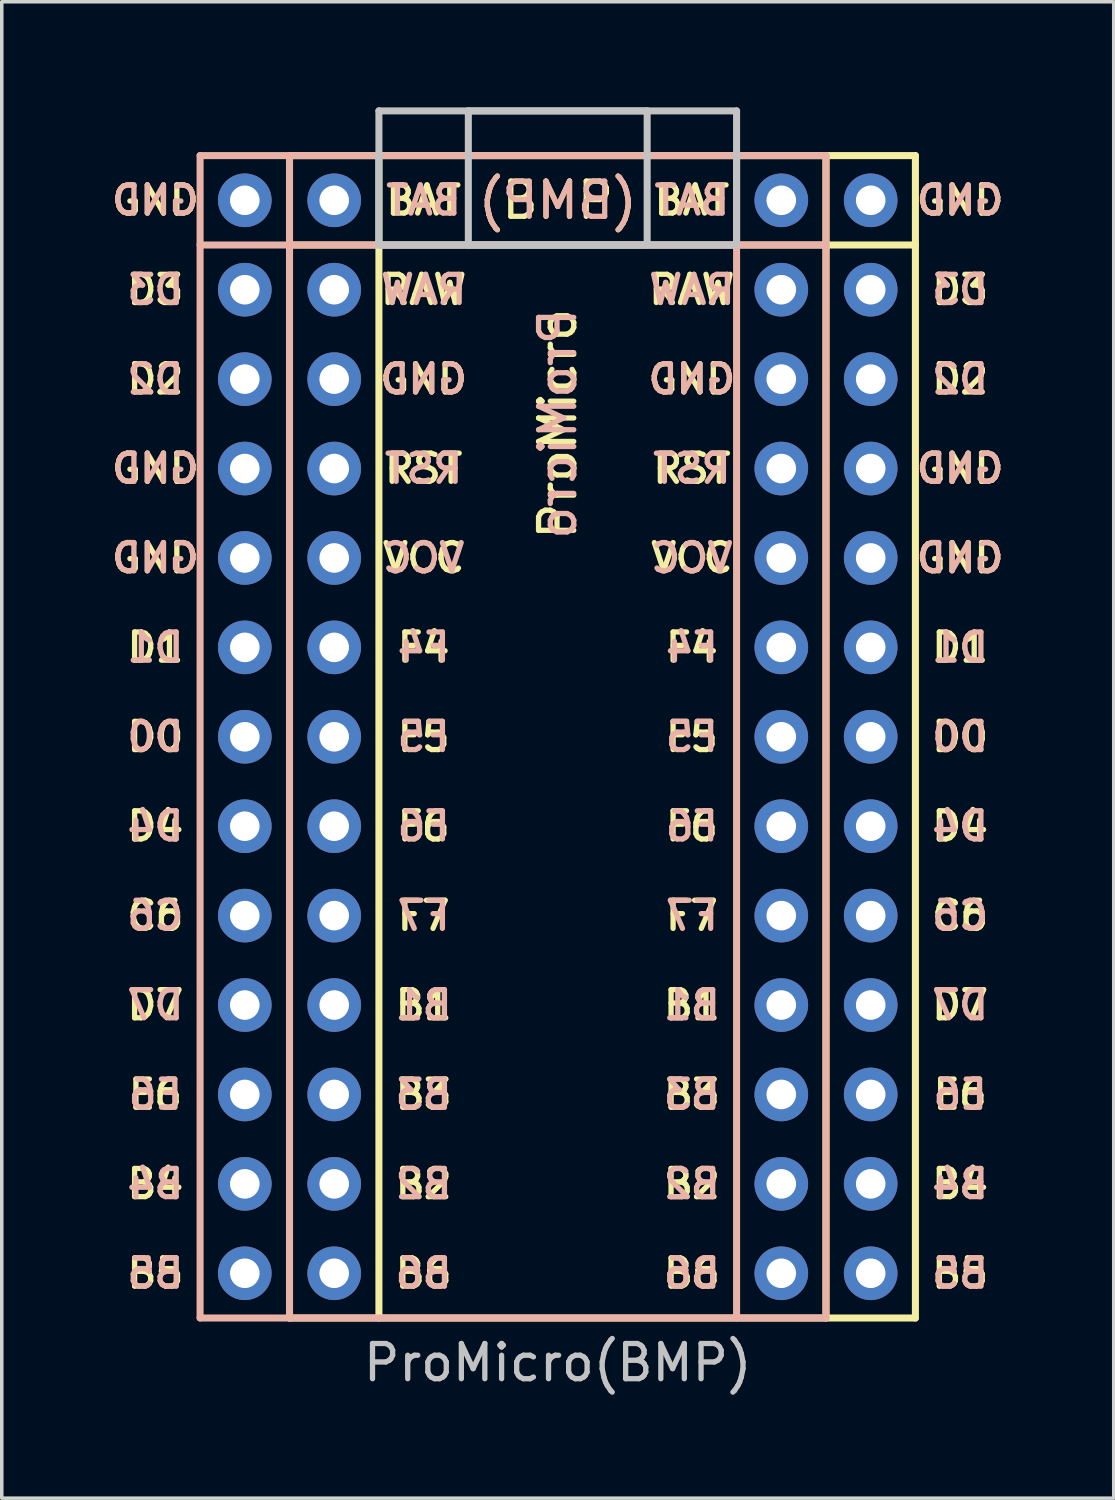
<source format=kicad_pcb>
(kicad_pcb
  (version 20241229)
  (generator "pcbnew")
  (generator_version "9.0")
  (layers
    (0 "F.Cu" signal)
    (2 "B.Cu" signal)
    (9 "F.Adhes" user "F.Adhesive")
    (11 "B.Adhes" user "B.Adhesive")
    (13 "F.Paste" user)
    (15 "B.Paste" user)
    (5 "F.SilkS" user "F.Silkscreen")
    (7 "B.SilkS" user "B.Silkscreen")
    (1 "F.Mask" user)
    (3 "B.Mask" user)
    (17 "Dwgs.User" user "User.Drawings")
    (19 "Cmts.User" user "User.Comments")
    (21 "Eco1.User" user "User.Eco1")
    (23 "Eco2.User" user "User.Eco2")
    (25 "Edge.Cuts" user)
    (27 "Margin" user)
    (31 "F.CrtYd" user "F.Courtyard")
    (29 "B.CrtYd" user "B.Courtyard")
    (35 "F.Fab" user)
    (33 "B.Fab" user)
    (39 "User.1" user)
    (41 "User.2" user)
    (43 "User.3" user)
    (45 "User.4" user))
  (footprint "ProMicro(BMP)"
    (layer "F.Cu")
    (at 12.794 19.15)
    (property "Reference" "ProMicro(BMP)" (at 0 16.51 180) (layer "Dwgs.User") (effects (font (size 1 1) (thickness 0.15))))
    (attr through_hole)
    (fp_line (start -7.62 -17.78) (end 10.16 -17.78) (stroke (width 0.2) (type solid)) (layer "F.SilkS"))
    (fp_line (start -7.62 15.24) (end -7.62 -17.78) (stroke (width 0.2) (type solid)) (layer "F.SilkS"))
    (fp_line (start -5.08 15.24) (end -5.08 -17.78) (stroke (width 0.2) (type solid)) (layer "F.SilkS"))
    (fp_line (start 7.62 -17.78) (end 7.62 15.24) (stroke (width 0.2) (type solid)) (layer "F.SilkS"))
    (fp_line (start 7.62 -15.24) (end -7.62 -15.24) (stroke (width 0.2) (type solid)) (layer "F.SilkS"))
    (fp_line (start 7.62 -15.24) (end 10.16 -15.24) (stroke (width 0.2) (type solid)) (layer "F.SilkS"))
    (fp_line (start 10.16 -17.78) (end 10.16 15.24) (stroke (width 0.2) (type solid)) (layer "F.SilkS"))
    (fp_line (start 10.16 15.24) (end -7.62 15.24) (stroke (width 0.2) (type solid)) (layer "F.SilkS"))
    (fp_line (start -10.16 -17.78) (end -10.16 15.24) (stroke (width 0.2) (type solid)) (layer "B.SilkS"))
    (fp_line (start -10.16 15.24) (end 7.62 15.24) (stroke (width 0.2) (type solid)) (layer "B.SilkS"))
    (fp_line (start -7.62 -17.78) (end -7.62 15.24) (stroke (width 0.2) (type solid)) (layer "B.SilkS"))
    (fp_line (start -7.62 -15.24) (end -10.16 -15.24) (stroke (width 0.2) (type solid)) (layer "B.SilkS"))
    (fp_line (start -7.62 -15.24) (end 7.62 -15.24) (stroke (width 0.2) (type solid)) (layer "B.SilkS"))
    (fp_line (start 5.08 15.24) (end 5.08 -17.78) (stroke (width 0.2) (type solid)) (layer "B.SilkS"))
    (fp_line (start 7.62 -17.78) (end -10.16 -17.78) (stroke (width 0.2) (type solid)) (layer "B.SilkS"))
    (fp_line (start 7.62 15.24) (end 7.62 -17.78) (stroke (width 0.2) (type solid)) (layer "B.SilkS"))
    (fp_line (start -5.08 -19.05) (end 2.54 -19.05) (stroke (width 0.2) (type solid)) (layer "Dwgs.User"))
    (fp_line (start -5.08 -15.24) (end -5.08 -19.05) (stroke (width 0.2) (type solid)) (layer "Dwgs.User"))
    (fp_line (start -2.54 -19.05) (end -2.54 -15.24) (stroke (width 0.2) (type solid)) (layer "Dwgs.User"))
    (fp_line (start -2.54 -15.24) (end 5.08 -15.24) (stroke (width 0.2) (type solid)) (layer "Dwgs.User"))
    (fp_line (start 2.54 -19.05) (end 2.54 -15.24) (stroke (width 0.2) (type solid)) (layer "Dwgs.User"))
    (fp_line (start 2.54 -15.24) (end -5.08 -15.24) (stroke (width 0.2) (type solid)) (layer "Dwgs.User"))
    (fp_line (start 5.08 -19.05) (end -2.54 -19.05) (stroke (width 0.2) (type solid)) (layer "Dwgs.User"))
    (fp_line (start 5.08 -15.24) (end 5.08 -19.05) (stroke (width 0.2) (type solid)) (layer "Dwgs.User"))
    (fp_text user "B5" (at -11.43 13.97 180) (layer "F.SilkS") (effects (font (size 0.8 0.8) (thickness 0.15))))
    (fp_text user "F5" (at -3.81 -1.27 180) (layer "F.SilkS") (effects (font (size 0.8 0.8) (thickness 0.15))))
    (fp_text user "F4" (at 3.81 -3.81 180) (layer "F.SilkS") (effects (font (size 0.8 0.8) (thickness 0.15))))
    (fp_text user "F5" (at 3.81 -1.27 180) (layer "F.SilkS") (effects (font (size 0.8 0.8) (thickness 0.15))))
    (fp_text user "BAT" (at 3.81 -16.51 180) (layer "F.SilkS") (effects (font (size 0.8 0.8) (thickness 0.15))))
    (fp_text user "D4" (at -11.43 1.27 180) (layer "F.SilkS") (effects (font (size 0.8 0.8) (thickness 0.15))))
    (fp_text user "BAT" (at -3.81 -16.51 180) (layer "F.SilkS") (effects (font (size 0.8 0.8) (thickness 0.15))))
    (fp_text user "B1" (at -3.81 6.35 180) (layer "F.SilkS") (effects (font (size 0.8 0.8) (thickness 0.15))))
    (fp_text user "C6" (at -11.43 3.81 180) (layer "F.SilkS") (effects (font (size 0.8 0.8) (thickness 0.15))))
    (fp_text user "C6" (at 11.43 3.81 180) (layer "F.SilkS") (effects (font (size 0.8 0.8) (thickness 0.15))))
    (fp_text user "F6" (at 3.81 1.27 180) (layer "F.SilkS") (effects (font (size 0.8 0.8) (thickness 0.15))))
    (fp_text user "F7" (at 3.81 3.81 180) (layer "F.SilkS") (effects (font (size 0.8 0.8) (thickness 0.15))))
    (fp_text user "D4" (at 11.43 1.27 180) (layer "F.SilkS") (effects (font (size 0.8 0.8) (thickness 0.15))))
    (fp_text user "D7" (at -11.43 6.35 180) (layer "F.SilkS") (effects (font (size 0.8 0.8) (thickness 0.15))))
    (fp_text user "B5" (at 11.43 13.97 180) (layer "F.SilkS") (effects (font (size 0.8 0.8) (thickness 0.15))))
    (fp_text user "RST" (at -3.81 -8.89 180) (layer "F.SilkS") (effects (font (size 0.8 0.8) (thickness 0.15))))
    (fp_text user "VCC" (at 3.81 -6.35 180) (layer "F.SilkS") (effects (font (size 0.8 0.8) (thickness 0.15))))
    (fp_text user "GND" (at -11.43 -16.51 180) (layer "F.SilkS") (effects (font (size 0.8 0.8) (thickness 0.15))))
    (fp_text user "B1" (at 3.81 6.35 180) (layer "F.SilkS") (effects (font (size 0.8 0.8) (thickness 0.15))))
    (fp_text user "B4" (at -11.43 11.43 180) (layer "F.SilkS") (effects (font (size 0.8 0.8) (thickness 0.15))))
    (fp_text user "F7" (at -3.81 3.81 180) (layer "F.SilkS") (effects (font (size 0.8 0.8) (thickness 0.15))))
    (fp_text user "D0" (at 11.43 -1.27 180) (layer "F.SilkS") (effects (font (size 0.8 0.8) (thickness 0.15))))
    (fp_text user "E6" (at 11.43 8.89 180) (layer "F.SilkS") (effects (font (size 0.8 0.8) (thickness 0.15))))
    (fp_text user "B3" (at -3.81 8.89 180) (layer "F.SilkS") (effects (font (size 0.8 0.8) (thickness 0.15))))
    (fp_text user "GND" (at -3.81 -11.43 180) (layer "F.SilkS") (effects (font (size 0.8 0.8) (thickness 0.15))))
    (fp_text user "VCC" (at -3.81 -6.35 180) (layer "F.SilkS") (effects (font (size 0.8 0.8) (thickness 0.15))))
    (fp_text user "B6" (at -3.81 13.97 180) (layer "F.SilkS") (effects (font (size 0.8 0.8) (thickness 0.15))))
    (fp_text user "GND" (at 3.81 -11.43 180) (layer "F.SilkS") (effects (font (size 0.8 0.8) (thickness 0.15))))
    (fp_text user "(BMP)" (at 0 -16.51 0) (layer "F.SilkS") (effects (font (size 1 1) (thickness 0.15))))
    (fp_text user "B2" (at 3.81 11.43 180) (layer "F.SilkS") (effects (font (size 0.8 0.8) (thickness 0.15))))
    (fp_text user "D2" (at 11.43 -11.43 180) (layer "F.SilkS") (effects (font (size 0.8 0.8) (thickness 0.15))))
    (fp_text user "GND" (at -11.43 -6.35 180) (layer "F.SilkS") (effects (font (size 0.8 0.8) (thickness 0.15))))
    (fp_text user "B3" (at 3.81 8.89 180) (layer "F.SilkS") (effects (font (size 0.8 0.8) (thickness 0.15))))
    (fp_text user "F4" (at -3.81 -3.81 180) (layer "F.SilkS") (effects (font (size 0.8 0.8) (thickness 0.15))))
    (fp_text user "D2" (at -11.43 -11.43 180) (layer "F.SilkS") (effects (font (size 0.8 0.8) (thickness 0.15))))
    (fp_text user "B6" (at 3.81 13.97 180) (layer "F.SilkS") (effects (font (size 0.8 0.8) (thickness 0.15))))
    (fp_text user "B4" (at 11.43 11.43 180) (layer "F.SilkS") (effects (font (size 0.8 0.8) (thickness 0.15))))
    (fp_text user "GND" (at 11.43 -6.35 180) (layer "F.SilkS") (effects (font (size 0.8 0.8) (thickness 0.15))))
    (fp_text user "D7" (at 11.43 6.35 180) (layer "F.SilkS") (effects (font (size 0.8 0.8) (thickness 0.15))))
    (fp_text user "GND" (at -11.43 -8.89 180) (layer "F.SilkS") (effects (font (size 0.8 0.8) (thickness 0.15))))
    (fp_text user "D3" (at 11.43 -13.97 180) (layer "F.SilkS") (effects (font (size 0.8 0.8) (thickness 0.15))))
    (fp_text user "B2" (at -3.81 11.43 180) (layer "F.SilkS") (effects (font (size 0.8 0.8) (thickness 0.15))))
    (fp_text user "D0" (at -11.43 -1.27 180) (layer "F.SilkS") (effects (font (size 0.8 0.8) (thickness 0.15))))
    (fp_text user "GND" (at 11.43 -16.51 180) (layer "F.SilkS") (effects (font (size 0.8 0.8) (thickness 0.15))))
    (fp_text user "D3" (at -11.43 -13.97 180) (layer "F.SilkS") (effects (font (size 0.8 0.8) (thickness 0.15))))
    (fp_text user "F6" (at -3.81 1.27 180) (layer "F.SilkS") (effects (font (size 0.8 0.8) (thickness 0.15))))
    (fp_text user "GND" (at 11.43 -8.89 180) (layer "F.SilkS") (effects (font (size 0.8 0.8) (thickness 0.15))))
    (fp_text user "RAW" (at 3.81 -13.97 180) (layer "F.SilkS") (effects (font (size 0.8 0.8) (thickness 0.15))))
    (fp_text user "ProMicro" (at 0 -10.16 90) (layer "F.SilkS") (effects (font (size 1 1) (thickness 0.15))))
    (fp_text user "RAW" (at -3.81 -13.97 180) (layer "F.SilkS") (effects (font (size 0.8 0.8) (thickness 0.15))))
    (fp_text user "E6" (at -11.43 8.89 180) (layer "F.SilkS") (effects (font (size 0.8 0.8) (thickness 0.15))))
    (fp_text user "RST" (at 3.81 -8.89 180) (layer "F.SilkS") (effects (font (size 0.8 0.8) (thickness 0.15))))
    (fp_text user "D1" (at 11.43 -3.81 180) (layer "F.SilkS") (effects (font (size 0.8 0.8) (thickness 0.15))))
    (fp_text user "D1" (at -11.43 -3.81 180) (layer "F.SilkS") (effects (font (size 0.8 0.8) (thickness 0.15))))
    (fp_text user "D0" (at -11.43 -1.27 0) (layer "B.SilkS") (effects (font (size 0.8 0.8) (thickness 0.15)) (justify mirror)))
    (fp_text user "GND" (at -11.43 -6.35 0) (layer "B.SilkS") (effects (font (size 0.8 0.8) (thickness 0.15)) (justify mirror)))
    (fp_text user "GND" (at 11.43 -16.51 0) (layer "B.SilkS") (effects (font (size 0.8 0.8) (thickness 0.15)) (justify mirror)))
    (fp_text user "B5" (at -11.43 13.97 0) (layer "B.SilkS") (effects (font (size 0.8 0.8) (thickness 0.15)) (justify mirror)))
    (fp_text user "F4" (at -3.81 -3.81 0) (layer "B.SilkS") (effects (font (size 0.8 0.8) (thickness 0.15)) (justify mirror)))
    (fp_text user "B1" (at 3.81 6.35 0) (layer "B.SilkS") (effects (font (size 0.8 0.8) (thickness 0.15)) (justify mirror)))
    (fp_text user "F4" (at 3.81 -3.81 0) (layer "B.SilkS") (effects (font (size 0.8 0.8) (thickness 0.15)) (justify mirror)))
    (fp_text user "RAW" (at -3.81 -13.97 0) (layer "B.SilkS") (effects (font (size 0.8 0.8) (thickness 0.15)) (justify mirror)))
    (fp_text user "RST" (at 3.81 -8.89 0) (layer "B.SilkS") (effects (font (size 0.8 0.8) (thickness 0.15)) (justify mirror)))
    (fp_text user "VCC" (at 3.81 -6.35 0) (layer "B.SilkS") (effects (font (size 0.8 0.8) (thickness 0.15)) (justify mirror)))
    (fp_text user "B4" (at 11.43 11.43 0) (layer "B.SilkS") (effects (font (size 0.8 0.8) (thickness 0.15)) (justify mirror)))
    (fp_text user "B6" (at -3.81 13.97 0) (layer "B.SilkS") (effects (font (size 0.8 0.8) (thickness 0.15)) (justify mirror)))
    (fp_text user "D1" (at 11.43 -3.81 0) (layer "B.SilkS") (effects (font (size 0.8 0.8) (thickness 0.15)) (justify mirror)))
    (fp_text user "ProMicro" (at 0 -10.16 90) (layer "B.SilkS") (effects (font (size 1 1) (thickness 0.15)) (justify mirror)))
    (fp_text user "BAT" (at -3.81 -16.51 0) (layer "B.SilkS") (effects (font (size 0.8 0.8) (thickness 0.15)) (justify mirror)))
    (fp_text user "C6" (at -11.43 3.81 0) (layer "B.SilkS") (effects (font (size 0.8 0.8) (thickness 0.15)) (justify mirror)))
    (fp_text user "E6" (at 11.43 8.89 0) (layer "B.SilkS") (effects (font (size 0.8 0.8) (thickness 0.15)) (justify mirror)))
    (fp_text user "F6" (at -3.81 1.27 0) (layer "B.SilkS") (effects (font (size 0.8 0.8) (thickness 0.15)) (justify mirror)))
    (fp_text user "D7" (at -11.43 6.35 0) (layer "B.SilkS") (effects (font (size 0.8 0.8) (thickness 0.15)) (justify mirror)))
    (fp_text user "RAW" (at 3.81 -13.97 0) (layer "B.SilkS") (effects (font (size 0.8 0.8) (thickness 0.15)) (justify mirror)))
    (fp_text user "VCC" (at -3.81 -6.35 0) (layer "B.SilkS") (effects (font (size 0.8 0.8) (thickness 0.15)) (justify mirror)))
    (fp_text user "F6" (at 3.81 1.27 0) (layer "B.SilkS") (effects (font (size 0.8 0.8) (thickness 0.15)) (justify mirror)))
    (fp_text user "D0" (at 11.43 -1.27 0) (layer "B.SilkS") (effects (font (size 0.8 0.8) (thickness 0.15)) (justify mirror)))
    (fp_text user "F7" (at -3.81 3.81 0) (layer "B.SilkS") (effects (font (size 0.8 0.8) (thickness 0.15)) (justify mirror)))
    (fp_text user "B2" (at 3.81 11.43 0) (layer "B.SilkS") (effects (font (size 0.8 0.8) (thickness 0.15)) (justify mirror)))
    (fp_text user "GND" (at -3.81 -11.43 0) (layer "B.SilkS") (effects (font (size 0.8 0.8) (thickness 0.15)) (justify mirror)))
    (fp_text user "GND" (at 11.43 -8.89 0) (layer "B.SilkS") (effects (font (size 0.8 0.8) (thickness 0.15)) (justify mirror)))
    (fp_text user "(BMP)" (at 0 -16.51 180) (layer "B.SilkS") (effects (font (size 1 1) (thickness 0.15)) (justify mirror)))
    (fp_text user "B1" (at -3.81 6.35 0) (layer "B.SilkS") (effects (font (size 0.8 0.8) (thickness 0.15)) (justify mirror)))
    (fp_text user "RST" (at -3.81 -8.89 0) (layer "B.SilkS") (effects (font (size 0.8 0.8) (thickness 0.15)) (justify mirror)))
    (fp_text user "GND" (at 3.81 -11.43 0) (layer "B.SilkS") (effects (font (size 0.8 0.8) (thickness 0.15)) (justify mirror)))
    (fp_text user "D2" (at -11.43 -11.43 0) (layer "B.SilkS") (effects (font (size 0.8 0.8) (thickness 0.15)) (justify mirror)))
    (fp_text user "F5" (at -3.81 -1.27 0) (layer "B.SilkS") (effects (font (size 0.8 0.8) (thickness 0.15)) (justify mirror)))
    (fp_text user "GND" (at 11.43 -6.35 0) (layer "B.SilkS") (effects (font (size 0.8 0.8) (thickness 0.15)) (justify mirror)))
    (fp_text user "B2" (at -3.81 11.43 0) (layer "B.SilkS") (effects (font (size 0.8 0.8) (thickness 0.15)) (justify mirror)))
    (fp_text user "D1" (at -11.43 -3.81 0) (layer "B.SilkS") (effects (font (size 0.8 0.8) (thickness 0.15)) (justify mirror)))
    (fp_text user "GND" (at -11.43 -16.51 0) (layer "B.SilkS") (effects (font (size 0.8 0.8) (thickness 0.15)) (justify mirror)))
    (fp_text user "B5" (at 11.43 13.97 0) (layer "B.SilkS") (effects (font (size 0.8 0.8) (thickness 0.15)) (justify mirror)))
    (fp_text user "GND" (at -11.43 -8.89 0) (layer "B.SilkS") (effects (font (size 0.8 0.8) (thickness 0.15)) (justify mirror)))
    (fp_text user "BAT" (at 3.81 -16.51 0) (layer "B.SilkS") (effects (font (size 0.8 0.8) (thickness 0.15)) (justify mirror)))
    (fp_text user "F7" (at 3.81 3.81 0) (layer "B.SilkS") (effects (font (size 0.8 0.8) (thickness 0.15)) (justify mirror)))
    (fp_text user "D2" (at 11.43 -11.43 0) (layer "B.SilkS") (effects (font (size 0.8 0.8) (thickness 0.15)) (justify mirror)))
    (fp_text user "F5" (at 3.81 -1.27 0) (layer "B.SilkS") (effects (font (size 0.8 0.8) (thickness 0.15)) (justify mirror)))
    (fp_text user "D3" (at -11.43 -13.97 0) (layer "B.SilkS") (effects (font (size 0.8 0.8) (thickness 0.15)) (justify mirror)))
    (fp_text user "B6" (at 3.81 13.97 0) (layer "B.SilkS") (effects (font (size 0.8 0.8) (thickness 0.15)) (justify mirror)))
    (fp_text user "D4" (at 11.43 1.27 0) (layer "B.SilkS") (effects (font (size 0.8 0.8) (thickness 0.15)) (justify mirror)))
    (fp_text user "B3" (at 3.81 8.89 0) (layer "B.SilkS") (effects (font (size 0.8 0.8) (thickness 0.15)) (justify mirror)))
    (fp_text user "B3" (at -3.81 8.89 0) (layer "B.SilkS") (effects (font (size 0.8 0.8) (thickness 0.15)) (justify mirror)))
    (fp_text user "D3" (at 11.43 -13.97 0) (layer "B.SilkS") (effects (font (size 0.8 0.8) (thickness 0.15)) (justify mirror)))
    (fp_text user "D7" (at 11.43 6.35 0) (layer "B.SilkS") (effects (font (size 0.8 0.8) (thickness 0.15)) (justify mirror)))
    (fp_text user "E6" (at -11.43 8.89 0) (layer "B.SilkS") (effects (font (size 0.8 0.8) (thickness 0.15)) (justify mirror)))
    (fp_text user "D4" (at -11.43 1.27 0) (layer "B.SilkS") (effects (font (size 0.8 0.8) (thickness 0.15)) (justify mirror)))
    (fp_text user "C6" (at 11.43 3.81 0) (layer "B.SilkS") (effects (font (size 0.8 0.8) (thickness 0.15)) (justify mirror)))
    (fp_text user "B4" (at -11.43 11.43 0) (layer "B.SilkS") (effects (font (size 0.8 0.8) (thickness 0.15)) (justify mirror)))
    (pad "1" thru_hole circle (at -8.89 -13.97 270) (size 1.524 1.524) (drill 0.84) (layers "*.Cu" "*.Mask"))
    (pad "1" thru_hole circle (at 8.89 -13.97 270) (size 1.524 1.524) (drill 0.84) (layers "*.Cu" "*.Mask"))
    (pad "2" thru_hole circle (at -8.89 -11.43 270) (size 1.524 1.524) (drill 0.84) (layers "*.Cu" "*.Mask"))
    (pad "2" thru_hole circle (at 8.89 -11.43 270) (size 1.524 1.524) (drill 0.84) (layers "*.Cu" "*.Mask"))
    (pad "3" thru_hole circle (at -8.89 -8.89 270) (size 1.524 1.524) (drill 0.84) (layers "*.Cu" "*.Mask"))
    (pad "3" thru_hole circle (at 8.89 -8.89 270) (size 1.524 1.524) (drill 0.84) (layers "*.Cu" "*.Mask"))
    (pad "4" thru_hole circle (at -8.89 -6.35 270) (size 1.524 1.524) (drill 0.84) (layers "*.Cu" "*.Mask"))
    (pad "4" thru_hole circle (at 8.89 -6.35 270) (size 1.524 1.524) (drill 0.84) (layers "*.Cu" "*.Mask"))
    (pad "5" thru_hole circle (at -8.89 -3.81 270) (size 1.524 1.524) (drill 0.84) (layers "*.Cu" "*.Mask"))
    (pad "5" thru_hole circle (at 8.89 -3.81 270) (size 1.524 1.524) (drill 0.84) (layers "*.Cu" "*.Mask"))
    (pad "6" thru_hole circle (at -8.89 -1.27 270) (size 1.524 1.524) (drill 0.84) (layers "*.Cu" "*.Mask"))
    (pad "6" thru_hole circle (at 8.89 -1.27 270) (size 1.524 1.524) (drill 0.84) (layers "*.Cu" "*.Mask"))
    (pad "7" thru_hole circle (at -8.89 1.27 270) (size 1.524 1.524) (drill 0.84) (layers "*.Cu" "*.Mask"))
    (pad "7" thru_hole circle (at 8.89 1.27 270) (size 1.524 1.524) (drill 0.84) (layers "*.Cu" "*.Mask"))
    (pad "8" thru_hole circle (at -8.89 3.81 270) (size 1.524 1.524) (drill 0.84) (layers "*.Cu" "*.Mask"))
    (pad "8" thru_hole circle (at 8.89 3.81 270) (size 1.524 1.524) (drill 0.84) (layers "*.Cu" "*.Mask"))
    (pad "9" thru_hole circle (at -8.89 6.35 270) (size 1.524 1.524) (drill 0.84) (layers "*.Cu" "*.Mask"))
    (pad "9" thru_hole circle (at 8.89 6.35 270) (size 1.524 1.524) (drill 0.84) (layers "*.Cu" "*.Mask"))
    (pad "10" thru_hole circle (at -8.89 8.89 270) (size 1.524 1.524) (drill 0.84) (layers "*.Cu" "*.Mask"))
    (pad "10" thru_hole circle (at 8.89 8.89 270) (size 1.524 1.524) (drill 0.84) (layers "*.Cu" "*.Mask"))
    (pad "11" thru_hole circle (at -8.89 11.43 270) (size 1.524 1.524) (drill 0.84) (layers "*.Cu" "*.Mask"))
    (pad "11" thru_hole circle (at 8.89 11.43 270) (size 1.524 1.524) (drill 0.84) (layers "*.Cu" "*.Mask"))
    (pad "12" thru_hole circle (at -8.89 13.97 270) (size 1.524 1.524) (drill 0.84) (layers "*.Cu" "*.Mask"))
    (pad "12" thru_hole circle (at 8.89 13.97 270) (size 1.524 1.524) (drill 0.84) (layers "*.Cu" "*.Mask"))
    (pad "13" thru_hole circle (at -6.35 13.97 270) (size 1.524 1.524) (drill 0.84) (layers "*.Cu" "*.Mask"))
    (pad "13" thru_hole circle (at 6.35 13.97 270) (size 1.524 1.524) (drill 0.84) (layers "*.Cu" "*.Mask"))
    (pad "14" thru_hole circle (at -6.35 11.43 270) (size 1.524 1.524) (drill 0.84) (layers "*.Cu" "*.Mask"))
    (pad "14" thru_hole circle (at 6.35 11.43 270) (size 1.524 1.524) (drill 0.84) (layers "*.Cu" "*.Mask"))
    (pad "15" thru_hole circle (at -6.35 8.89 270) (size 1.524 1.524) (drill 0.84) (layers "*.Cu" "*.Mask"))
    (pad "15" thru_hole circle (at 6.35 8.89 270) (size 1.524 1.524) (drill 0.84) (layers "*.Cu" "*.Mask"))
    (pad "16" thru_hole circle (at -6.35 6.35 270) (size 1.524 1.524) (drill 0.84) (layers "*.Cu" "*.Mask"))
    (pad "16" thru_hole circle (at 6.35 6.35 270) (size 1.524 1.524) (drill 0.84) (layers "*.Cu" "*.Mask"))
    (pad "17" thru_hole circle (at -6.35 3.81 270) (size 1.524 1.524) (drill 0.84) (layers "*.Cu" "*.Mask"))
    (pad "17" thru_hole circle (at 6.35 3.81 270) (size 1.524 1.524) (drill 0.84) (layers "*.Cu" "*.Mask"))
    (pad "18" thru_hole circle (at -6.35 1.27 270) (size 1.524 1.524) (drill 0.84) (layers "*.Cu" "*.Mask"))
    (pad "18" thru_hole circle (at 6.35 1.27 270) (size 1.524 1.524) (drill 0.84) (layers "*.Cu" "*.Mask"))
    (pad "19" thru_hole circle (at -6.35 -1.27 270) (size 1.524 1.524) (drill 0.84) (layers "*.Cu" "*.Mask"))
    (pad "19" thru_hole circle (at 6.35 -1.27 270) (size 1.524 1.524) (drill 0.84) (layers "*.Cu" "*.Mask"))
    (pad "20" thru_hole circle (at -6.35 -3.81 270) (size 1.524 1.524) (drill 0.84) (layers "*.Cu" "*.Mask"))
    (pad "20" thru_hole circle (at 6.35 -3.81 270) (size 1.524 1.524) (drill 0.84) (layers "*.Cu" "*.Mask"))
    (pad "21" thru_hole circle (at -6.35 -6.35 270) (size 1.524 1.524) (drill 0.84) (layers "*.Cu" "*.Mask"))
    (pad "21" thru_hole circle (at 6.35 -6.35 270) (size 1.524 1.524) (drill 0.84) (layers "*.Cu" "*.Mask"))
    (pad "22" thru_hole circle (at -6.35 -8.89 270) (size 1.524 1.524) (drill 0.84) (layers "*.Cu" "*.Mask"))
    (pad "22" thru_hole circle (at 6.35 -8.89 270) (size 1.524 1.524) (drill 0.84) (layers "*.Cu" "*.Mask"))
    (pad "23" thru_hole circle (at -6.35 -11.43 270) (size 1.524 1.524) (drill 0.84) (layers "*.Cu" "*.Mask"))
    (pad "23" thru_hole circle (at 6.35 -11.43 270) (size 1.524 1.524) (drill 0.84) (layers "*.Cu" "*.Mask"))
    (pad "24" thru_hole circle (at -6.35 -13.97 270) (size 1.524 1.524) (drill 0.84) (layers "*.Cu" "*.Mask"))
    (pad "24" thru_hole circle (at 6.35 -13.97 270) (size 1.524 1.524) (drill 0.84) (layers "*.Cu" "*.Mask"))
    (pad "25" thru_hole circle (at -6.35 -16.51 270) (size 1.524 1.524) (drill 0.84) (layers "*.Cu" "*.Mask"))
    (pad "25" thru_hole circle (at 6.35 -16.51 270) (size 1.524 1.524) (drill 0.84) (layers "*.Cu" "*.Mask"))
    (pad "26" thru_hole circle (at -8.89 -16.51 270) (size 1.524 1.524) (drill 0.84) (layers "*.Cu" "*.Mask"))
    (pad "26" thru_hole circle (at 8.89 -16.51 270) (size 1.524 1.524) (drill 0.84) (layers "*.Cu" "*.Mask")))
  (gr_rect
    (start -3 -3)
    (end 28.588 39.508)
    (stroke (width 0.1) (type default))
    (fill no)
    (layer "Edge.Cuts")))
</source>
